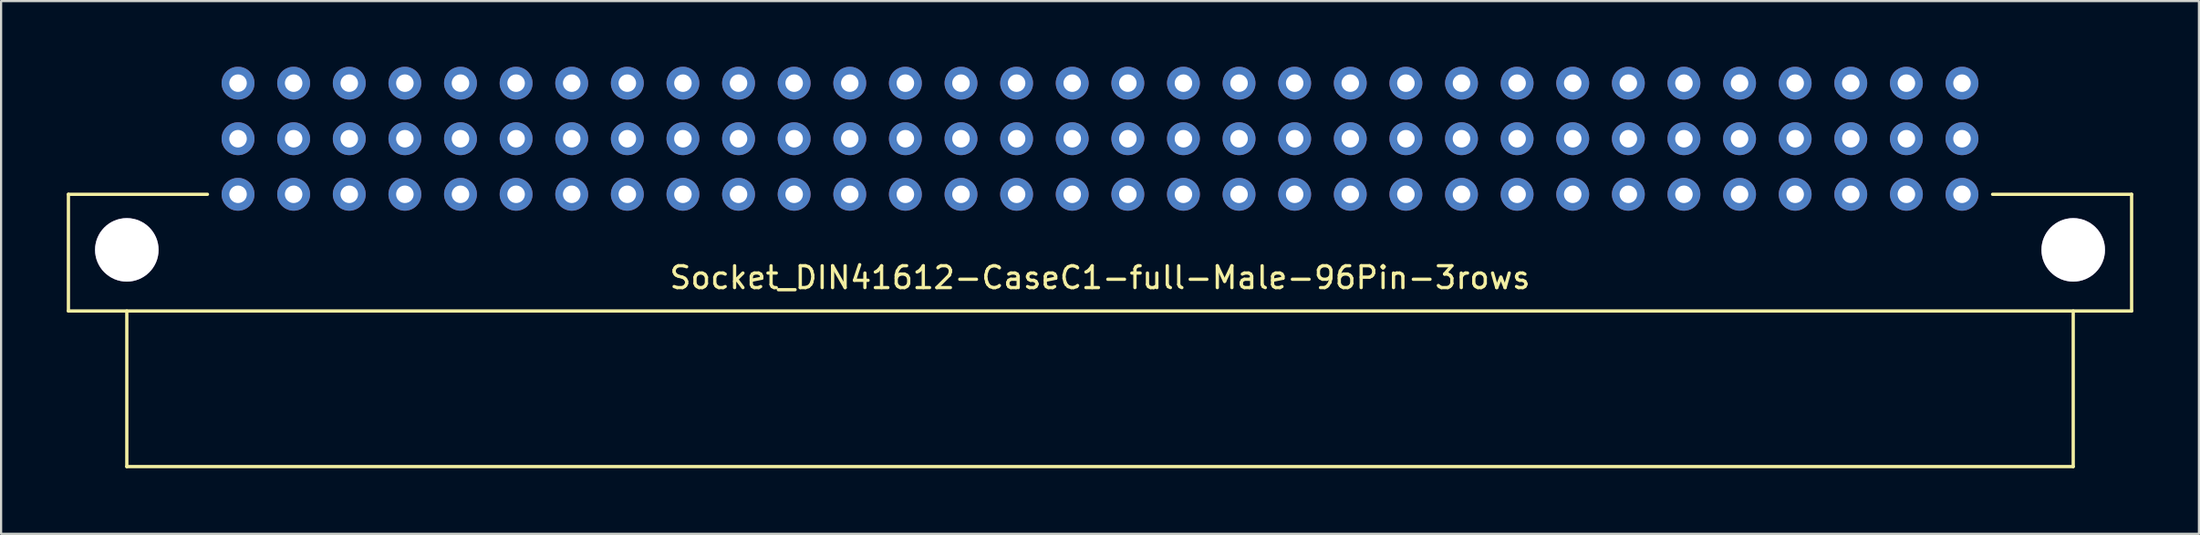
<source format=kicad_pcb>
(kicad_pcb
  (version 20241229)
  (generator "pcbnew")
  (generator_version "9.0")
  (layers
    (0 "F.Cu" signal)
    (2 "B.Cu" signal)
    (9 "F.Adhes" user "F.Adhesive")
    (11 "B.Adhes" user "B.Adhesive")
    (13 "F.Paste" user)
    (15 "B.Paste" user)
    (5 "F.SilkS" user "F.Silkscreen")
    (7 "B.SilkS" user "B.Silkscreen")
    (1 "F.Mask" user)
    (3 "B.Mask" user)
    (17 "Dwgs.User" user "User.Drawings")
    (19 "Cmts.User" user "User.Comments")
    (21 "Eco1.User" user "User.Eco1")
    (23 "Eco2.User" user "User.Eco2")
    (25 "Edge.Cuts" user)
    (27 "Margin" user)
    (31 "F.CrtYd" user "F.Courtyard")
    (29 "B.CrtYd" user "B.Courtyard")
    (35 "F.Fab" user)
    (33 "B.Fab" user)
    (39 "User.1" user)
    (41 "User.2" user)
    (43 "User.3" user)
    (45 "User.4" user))
  (footprint "Socket_DIN41612-CaseC1-full-Male-96Pin-3rows"
    (layer "F.Cu")
    (at 47.192 3.291)
    (property "Reference" "Socket_DIN41612-CaseC1-full-Male-96Pin-3rows" (at 0 6.35 0) (layer "F.SilkS") (effects (font (size 1 1) (thickness 0.15))))
    (attr through_hole)
    (fp_line (start -47.117 2.54) (end -40.767 2.54) (stroke (width 0.15) (type solid)) (layer "F.SilkS"))
    (fp_line (start -47.117 7.874) (end -47.117 2.54) (stroke (width 0.15) (type solid)) (layer "F.SilkS"))
    (fp_line (start -44.45 14.986) (end -44.45 7.874) (stroke (width 0.15) (type solid)) (layer "F.SilkS"))
    (fp_line (start 44.45 7.874) (end 44.45 14.986) (stroke (width 0.15) (type solid)) (layer "F.SilkS"))
    (fp_line (start 44.45 14.986) (end -44.45 14.986) (stroke (width 0.15) (type solid)) (layer "F.SilkS"))
    (fp_line (start 47.117 2.54) (end 40.767 2.54) (stroke (width 0.15) (type solid)) (layer "F.SilkS"))
    (fp_line (start 47.117 2.54) (end 47.117 7.874) (stroke (width 0.15) (type solid)) (layer "F.SilkS"))
    (fp_line (start 47.117 7.874) (end -47.117 7.874) (stroke (width 0.15) (type solid)) (layer "F.SilkS"))
    (pad "1" thru_hole circle (at -44.45 5.08) (size 2.901 2.901) (drill 2.901) (layers "*.Cu" "*.Mask"))
    (pad "1" thru_hole circle (at 44.45 5.08) (size 2.901 2.901) (drill 2.901) (layers "*.Cu" "*.Mask"))
    (pad "1a" thru_hole circle (at 39.37 -2.54 180) (size 1.501 1.501) (drill 0.8) (layers "*.Cu" "*.Mask"))
    (pad "1b" thru_hole circle (at 39.37 0 180) (size 1.501 1.501) (drill 0.8) (layers "*.Cu" "*.Mask"))
    (pad "1c" thru_hole circle (at 39.37 2.54 180) (size 1.501 1.501) (drill 0.8) (layers "*.Cu" "*.Mask"))
    (pad "2a" thru_hole circle (at 36.83 -2.54 180) (size 1.501 1.501) (drill 0.8) (layers "*.Cu" "*.Mask"))
    (pad "2b" thru_hole circle (at 36.83 0 180) (size 1.501 1.501) (drill 0.8) (layers "*.Cu" "*.Mask"))
    (pad "2c" thru_hole circle (at 36.83 2.54 180) (size 1.501 1.501) (drill 0.8) (layers "*.Cu" "*.Mask"))
    (pad "3a" thru_hole circle (at 34.29 -2.54 180) (size 1.501 1.501) (drill 0.8) (layers "*.Cu" "*.Mask"))
    (pad "3b" thru_hole circle (at 34.29 0 180) (size 1.501 1.501) (drill 0.8) (layers "*.Cu" "*.Mask"))
    (pad "3c" thru_hole circle (at 34.29 2.54 180) (size 1.501 1.501) (drill 0.8) (layers "*.Cu" "*.Mask"))
    (pad "4a" thru_hole circle (at 31.75 -2.54 180) (size 1.501 1.501) (drill 0.8) (layers "*.Cu" "*.Mask"))
    (pad "4b" thru_hole circle (at 31.75 0 180) (size 1.501 1.501) (drill 0.8) (layers "*.Cu" "*.Mask"))
    (pad "4c" thru_hole circle (at 31.75 2.54 180) (size 1.501 1.501) (drill 0.8) (layers "*.Cu" "*.Mask"))
    (pad "5a" thru_hole circle (at 29.21 -2.54 180) (size 1.501 1.501) (drill 0.8) (layers "*.Cu" "*.Mask"))
    (pad "5b" thru_hole circle (at 29.21 0 180) (size 1.501 1.501) (drill 0.8) (layers "*.Cu" "*.Mask"))
    (pad "5c" thru_hole circle (at 29.21 2.54 180) (size 1.501 1.501) (drill 0.8) (layers "*.Cu" "*.Mask"))
    (pad "6a" thru_hole circle (at 26.67 -2.54 180) (size 1.501 1.501) (drill 0.8) (layers "*.Cu" "*.Mask"))
    (pad "6b" thru_hole circle (at 26.67 0 180) (size 1.501 1.501) (drill 0.8) (layers "*.Cu" "*.Mask"))
    (pad "6c" thru_hole circle (at 26.67 2.54 180) (size 1.501 1.501) (drill 0.8) (layers "*.Cu" "*.Mask"))
    (pad "7a" thru_hole circle (at 24.13 -2.54 180) (size 1.501 1.501) (drill 0.8) (layers "*.Cu" "*.Mask"))
    (pad "7b" thru_hole circle (at 24.13 0 180) (size 1.501 1.501) (drill 0.8) (layers "*.Cu" "*.Mask"))
    (pad "7c" thru_hole circle (at 24.13 2.54 180) (size 1.501 1.501) (drill 0.8) (layers "*.Cu" "*.Mask"))
    (pad "8a" thru_hole circle (at 21.59 -2.54 180) (size 1.501 1.501) (drill 0.8) (layers "*.Cu" "*.Mask"))
    (pad "8b" thru_hole circle (at 21.59 0 180) (size 1.501 1.501) (drill 0.8) (layers "*.Cu" "*.Mask"))
    (pad "8c" thru_hole circle (at 21.59 2.54 180) (size 1.501 1.501) (drill 0.8) (layers "*.Cu" "*.Mask"))
    (pad "9a" thru_hole circle (at 19.05 -2.54 180) (size 1.501 1.501) (drill 0.8) (layers "*.Cu" "*.Mask"))
    (pad "9b" thru_hole circle (at 19.05 0 180) (size 1.501 1.501) (drill 0.8) (layers "*.Cu" "*.Mask"))
    (pad "9c" thru_hole circle (at 19.05 2.54 180) (size 1.501 1.501) (drill 0.8) (layers "*.Cu" "*.Mask"))
    (pad "10a" thru_hole circle (at 16.51 -2.54 180) (size 1.501 1.501) (drill 0.8) (layers "*.Cu" "*.Mask"))
    (pad "10b" thru_hole circle (at 16.51 0 180) (size 1.501 1.501) (drill 0.8) (layers "*.Cu" "*.Mask"))
    (pad "10c" thru_hole circle (at 16.51 2.54 180) (size 1.501 1.501) (drill 0.8) (layers "*.Cu" "*.Mask"))
    (pad "11a" thru_hole circle (at 13.97 -2.54 180) (size 1.501 1.501) (drill 0.8) (layers "*.Cu" "*.Mask"))
    (pad "11b" thru_hole circle (at 13.97 0 180) (size 1.501 1.501) (drill 0.8) (layers "*.Cu" "*.Mask"))
    (pad "11c" thru_hole circle (at 13.97 2.54 180) (size 1.501 1.501) (drill 0.8) (layers "*.Cu" "*.Mask"))
    (pad "12a" thru_hole circle (at 11.43 -2.54 180) (size 1.501 1.501) (drill 0.8) (layers "*.Cu" "*.Mask"))
    (pad "12b" thru_hole circle (at 11.43 0 180) (size 1.501 1.501) (drill 0.8) (layers "*.Cu" "*.Mask"))
    (pad "12c" thru_hole circle (at 11.43 2.54 180) (size 1.501 1.501) (drill 0.8) (layers "*.Cu" "*.Mask"))
    (pad "13a" thru_hole circle (at 8.89 -2.54 180) (size 1.501 1.501) (drill 0.8) (layers "*.Cu" "*.Mask"))
    (pad "13b" thru_hole circle (at 8.89 0 180) (size 1.501 1.501) (drill 0.8) (layers "*.Cu" "*.Mask"))
    (pad "13c" thru_hole circle (at 8.89 2.54 180) (size 1.501 1.501) (drill 0.8) (layers "*.Cu" "*.Mask"))
    (pad "14a" thru_hole circle (at 6.35 -2.54 180) (size 1.501 1.501) (drill 0.8) (layers "*.Cu" "*.Mask"))
    (pad "14b" thru_hole circle (at 6.35 0 180) (size 1.501 1.501) (drill 0.8) (layers "*.Cu" "*.Mask"))
    (pad "14c" thru_hole circle (at 6.35 2.54 180) (size 1.501 1.501) (drill 0.8) (layers "*.Cu" "*.Mask"))
    (pad "15a" thru_hole circle (at 3.81 -2.54 180) (size 1.501 1.501) (drill 0.8) (layers "*.Cu" "*.Mask"))
    (pad "15b" thru_hole circle (at 3.81 0 180) (size 1.501 1.501) (drill 0.8) (layers "*.Cu" "*.Mask"))
    (pad "15c" thru_hole circle (at 3.81 2.54 180) (size 1.501 1.501) (drill 0.8) (layers "*.Cu" "*.Mask"))
    (pad "16a" thru_hole circle (at 1.27 -2.54 180) (size 1.501 1.501) (drill 0.8) (layers "*.Cu" "*.Mask"))
    (pad "16b" thru_hole circle (at 1.27 0 180) (size 1.501 1.501) (drill 0.8) (layers "*.Cu" "*.Mask"))
    (pad "16c" thru_hole circle (at 1.27 2.54 180) (size 1.501 1.501) (drill 0.8) (layers "*.Cu" "*.Mask"))
    (pad "17a" thru_hole circle (at -1.27 -2.54 180) (size 1.501 1.501) (drill 0.8) (layers "*.Cu" "*.Mask"))
    (pad "17b" thru_hole circle (at -1.27 0 180) (size 1.501 1.501) (drill 0.8) (layers "*.Cu" "*.Mask"))
    (pad "17c" thru_hole circle (at -1.27 2.54 180) (size 1.501 1.501) (drill 0.8) (layers "*.Cu" "*.Mask"))
    (pad "18a" thru_hole circle (at -3.81 -2.54 180) (size 1.501 1.501) (drill 0.8) (layers "*.Cu" "*.Mask"))
    (pad "18b" thru_hole circle (at -3.81 0 180) (size 1.501 1.501) (drill 0.8) (layers "*.Cu" "*.Mask"))
    (pad "18c" thru_hole circle (at -3.81 2.54 180) (size 1.501 1.501) (drill 0.8) (layers "*.Cu" "*.Mask"))
    (pad "19a" thru_hole circle (at -6.35 -2.54 180) (size 1.501 1.501) (drill 0.8) (layers "*.Cu" "*.Mask"))
    (pad "19b" thru_hole circle (at -6.35 0 180) (size 1.501 1.501) (drill 0.8) (layers "*.Cu" "*.Mask"))
    (pad "19c" thru_hole circle (at -6.35 2.54 180) (size 1.501 1.501) (drill 0.8) (layers "*.Cu" "*.Mask"))
    (pad "20a" thru_hole circle (at -8.89 -2.54 180) (size 1.501 1.501) (drill 0.8) (layers "*.Cu" "*.Mask"))
    (pad "20b" thru_hole circle (at -8.89 0 180) (size 1.501 1.501) (drill 0.8) (layers "*.Cu" "*.Mask"))
    (pad "20c" thru_hole circle (at -8.89 2.54 180) (size 1.501 1.501) (drill 0.8) (layers "*.Cu" "*.Mask"))
    (pad "21a" thru_hole circle (at -11.43 -2.54 180) (size 1.501 1.501) (drill 0.8) (layers "*.Cu" "*.Mask"))
    (pad "21b" thru_hole circle (at -11.43 0 180) (size 1.501 1.501) (drill 0.8) (layers "*.Cu" "*.Mask"))
    (pad "21c" thru_hole circle (at -11.43 2.54 180) (size 1.501 1.501) (drill 0.8) (layers "*.Cu" "*.Mask"))
    (pad "22a" thru_hole circle (at -13.97 -2.54 180) (size 1.501 1.501) (drill 0.8) (layers "*.Cu" "*.Mask"))
    (pad "22b" thru_hole circle (at -13.97 0 180) (size 1.501 1.501) (drill 0.8) (layers "*.Cu" "*.Mask"))
    (pad "22c" thru_hole circle (at -13.97 2.54 180) (size 1.501 1.501) (drill 0.8) (layers "*.Cu" "*.Mask"))
    (pad "23a" thru_hole circle (at -16.51 -2.54 180) (size 1.501 1.501) (drill 0.8) (layers "*.Cu" "*.Mask"))
    (pad "23b" thru_hole circle (at -16.51 0 180) (size 1.501 1.501) (drill 0.8) (layers "*.Cu" "*.Mask"))
    (pad "23c" thru_hole circle (at -16.51 2.54 180) (size 1.501 1.501) (drill 0.8) (layers "*.Cu" "*.Mask"))
    (pad "24" thru_hole circle (at -19.05 -2.54 180) (size 1.501 1.501) (drill 0.8) (layers "*.Cu" "*.Mask"))
    (pad "24b" thru_hole circle (at -19.05 0 180) (size 1.501 1.501) (drill 0.8) (layers "*.Cu" "*.Mask"))
    (pad "24c" thru_hole circle (at -19.05 2.54 180) (size 1.501 1.501) (drill 0.8) (layers "*.Cu" "*.Mask"))
    (pad "25a" thru_hole circle (at -21.59 -2.54 180) (size 1.501 1.501) (drill 0.8) (layers "*.Cu" "*.Mask"))
    (pad "25b" thru_hole circle (at -21.59 0 180) (size 1.501 1.501) (drill 0.8) (layers "*.Cu" "*.Mask"))
    (pad "25c" thru_hole circle (at -21.59 2.54 180) (size 1.501 1.501) (drill 0.8) (layers "*.Cu" "*.Mask"))
    (pad "26a" thru_hole circle (at -24.13 -2.54 180) (size 1.501 1.501) (drill 0.8) (layers "*.Cu" "*.Mask"))
    (pad "26b" thru_hole circle (at -24.13 0 180) (size 1.501 1.501) (drill 0.8) (layers "*.Cu" "*.Mask"))
    (pad "26c" thru_hole circle (at -24.13 2.54 180) (size 1.501 1.501) (drill 0.8) (layers "*.Cu" "*.Mask"))
    (pad "27a" thru_hole circle (at -26.67 -2.54 180) (size 1.501 1.501) (drill 0.8) (layers "*.Cu" "*.Mask"))
    (pad "27b" thru_hole circle (at -26.67 0 180) (size 1.501 1.501) (drill 0.8) (layers "*.Cu" "*.Mask"))
    (pad "27c" thru_hole circle (at -26.67 2.54 180) (size 1.501 1.501) (drill 0.8) (layers "*.Cu" "*.Mask"))
    (pad "28a" thru_hole circle (at -29.21 -2.54 180) (size 1.501 1.501) (drill 0.8) (layers "*.Cu" "*.Mask"))
    (pad "28b" thru_hole circle (at -29.21 0 180) (size 1.501 1.501) (drill 0.8) (layers "*.Cu" "*.Mask"))
    (pad "28c" thru_hole circle (at -29.21 2.54 180) (size 1.501 1.501) (drill 0.8) (layers "*.Cu" "*.Mask"))
    (pad "29a" thru_hole circle (at -31.75 -2.54 180) (size 1.501 1.501) (drill 0.8) (layers "*.Cu" "*.Mask"))
    (pad "29b" thru_hole circle (at -31.75 0 180) (size 1.501 1.501) (drill 0.8) (layers "*.Cu" "*.Mask"))
    (pad "29c" thru_hole circle (at -31.75 2.54 180) (size 1.501 1.501) (drill 0.8) (layers "*.Cu" "*.Mask"))
    (pad "30a" thru_hole circle (at -34.29 -2.54 180) (size 1.501 1.501) (drill 0.8) (layers "*.Cu" "*.Mask"))
    (pad "30b" thru_hole circle (at -34.29 0 180) (size 1.501 1.501) (drill 0.8) (layers "*.Cu" "*.Mask"))
    (pad "30c" thru_hole circle (at -34.29 2.54 180) (size 1.501 1.501) (drill 0.8) (layers "*.Cu" "*.Mask"))
    (pad "31a" thru_hole circle (at -36.83 -2.54 180) (size 1.501 1.501) (drill 0.8) (layers "*.Cu" "*.Mask"))
    (pad "31b" thru_hole circle (at -36.83 0 180) (size 1.501 1.501) (drill 0.8) (layers "*.Cu" "*.Mask"))
    (pad "31c" thru_hole circle (at -36.83 2.54 180) (size 1.501 1.501) (drill 0.8) (layers "*.Cu" "*.Mask"))
    (pad "32a" thru_hole circle (at -39.37 -2.54 180) (size 1.501 1.501) (drill 0.8) (layers "*.Cu" "*.Mask"))
    (pad "32b" thru_hole circle (at -39.37 0 180) (size 1.501 1.501) (drill 0.8) (layers "*.Cu" "*.Mask"))
    (pad "32c" thru_hole circle (at -39.37 2.54 180) (size 1.501 1.501) (drill 0.8) (layers "*.Cu" "*.Mask")))
  (gr_rect
    (start -3 -3)
    (end 97.384 21.352)
    (stroke (width 0.1) (type default))
    (fill no)
    (layer "Edge.Cuts")))
</source>
